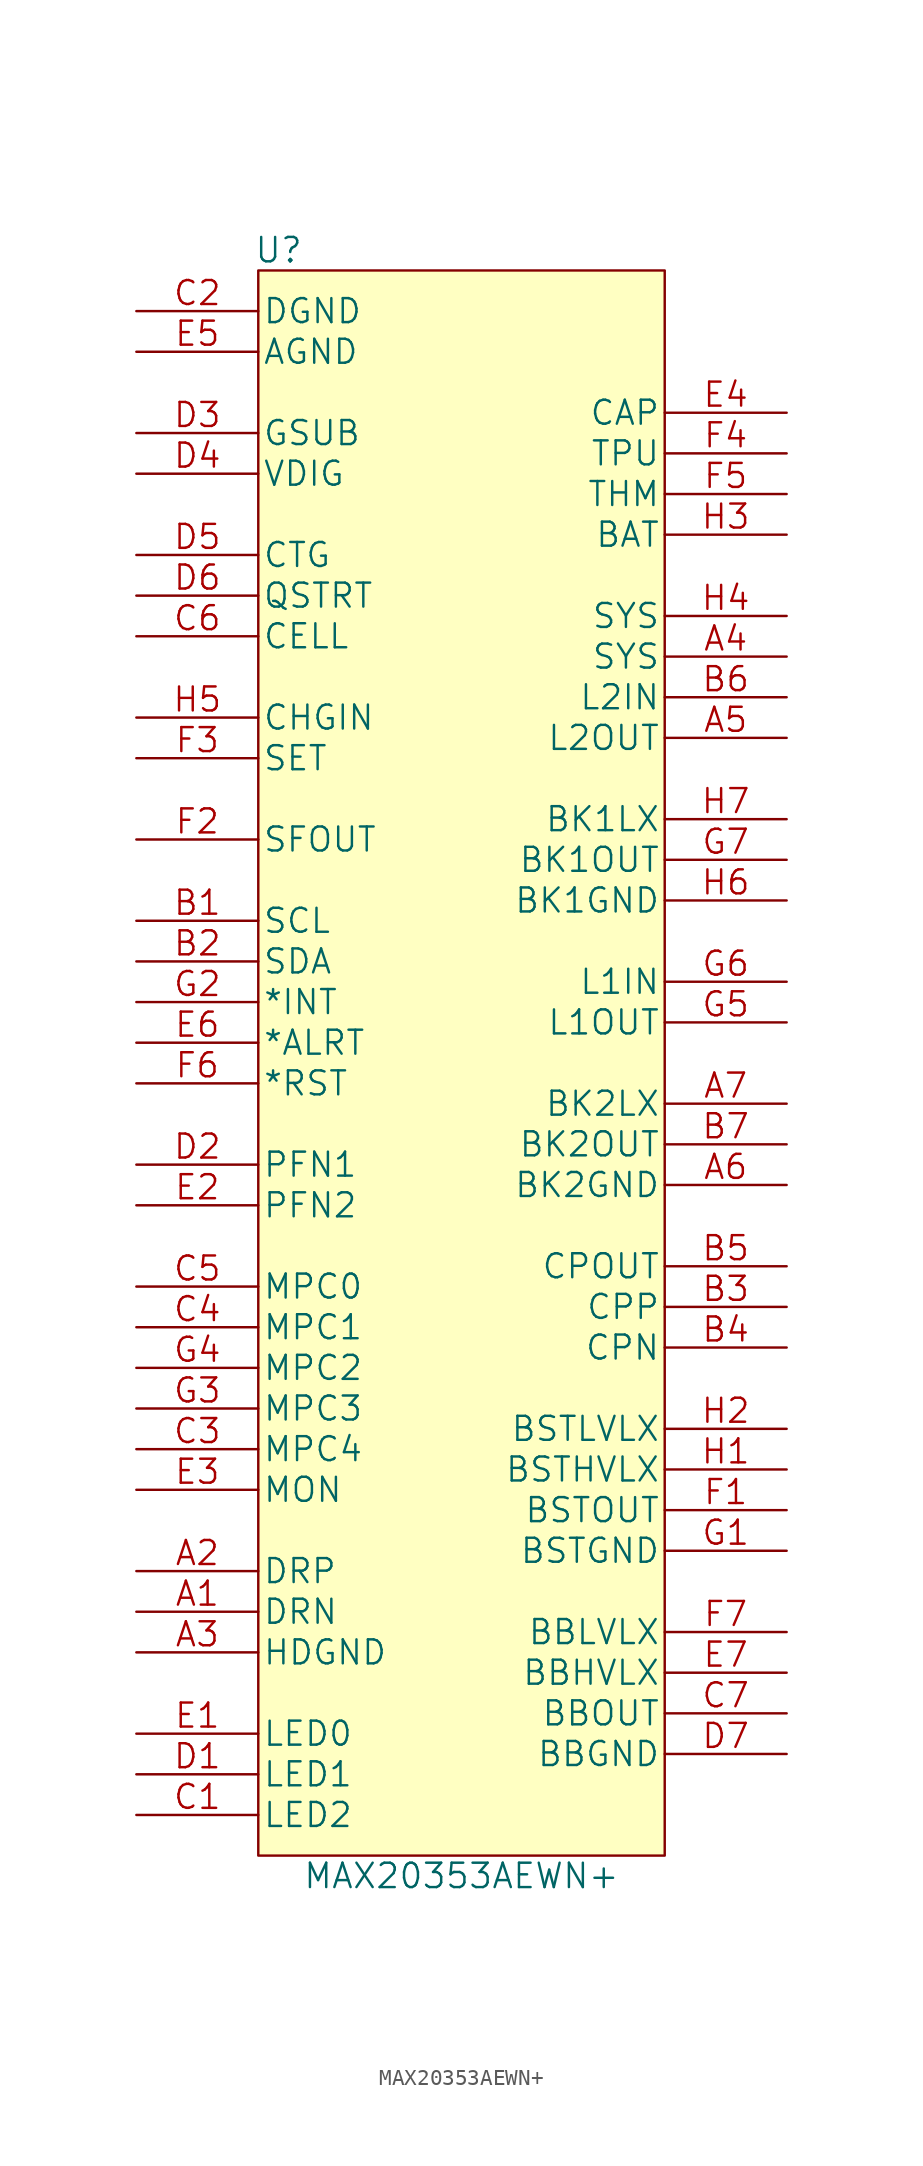
<source format=kicad_sym>
(kicad_symbol_lib
  (version 20201005)
  (generator kicad_symbol_editor)
  (symbol "max20353:MAX20353AEWN+"
    (pin_names
      (offset 0.254))
    (property "Reference" "U"
      (at -20.32 36.83 0)
      (effects (font (size 1.524 1.524))))
    (property "Value" "MAX20353AEWN+"
      (at -8.89 -64.77 0)
      (effects (font (size 1.524 1.524))))
    (property "Datasheet" ""
      (at -29.21 -50.8 0)
      (effects (font (size 1.524 1.524))))
    (property "ki_locked" ""
      (at 0 0 0)
      (effects (font (size 1.27 1.27))))
    (symbol "MAX20353AEWN+_1_1"
      (rectangle (start -21.59 35.56) (end 3.81 -63.5) (stroke (width 0.152)) (fill (type background)))
      (pin output line (at -29.21 -48.26 0) (length 7.62) (name "DRN" (effects (font (size 1.499 1.499)))) (number "A1" (effects (font (size 1.499 1.499)))))
      (pin output line (at -29.21 -45.72 0) (length 7.62) (name "DRP" (effects (font (size 1.499 1.499)))) (number "A2" (effects (font (size 1.499 1.499)))))
      (pin power_in line (at -29.21 -50.8 0) (length 7.62) (name "HDGND" (effects (font (size 1.499 1.499)))) (number "A3" (effects (font (size 1.499 1.499)))))
      (pin unspecified line (at 11.43 11.43 180) (length 7.62) (name "SYS" (effects (font (size 1.499 1.499)))) (number "A4" (effects (font (size 1.499 1.499)))))
      (pin output line (at 11.43 6.35 180) (length 7.62) (name "L2OUT" (effects (font (size 1.499 1.499)))) (number "A5" (effects (font (size 1.499 1.499)))))
      (pin power_in line (at 11.43 -21.59 180) (length 7.62) (name "BK2GND" (effects (font (size 1.499 1.499)))) (number "A6" (effects (font (size 1.499 1.499)))))
      (pin unspecified line (at 11.43 -16.51 180) (length 7.62) (name "BK2LX" (effects (font (size 1.499 1.499)))) (number "A7" (effects (font (size 1.499 1.499)))))
      (pin input line (at -29.21 -5.08 0) (length 7.62) (name "SCL" (effects (font (size 1.499 1.499)))) (number "B1" (effects (font (size 1.499 1.499)))))
      (pin bidirectional line (at -29.21 -7.62 0) (length 7.62) (name "SDA" (effects (font (size 1.499 1.499)))) (number "B2" (effects (font (size 1.499 1.499)))))
      (pin unspecified line (at 11.43 -29.21 180) (length 7.62) (name "CPP" (effects (font (size 1.499 1.499)))) (number "B3" (effects (font (size 1.499 1.499)))))
      (pin unspecified line (at 11.43 -31.75 180) (length 7.62) (name "CPN" (effects (font (size 1.499 1.499)))) (number "B4" (effects (font (size 1.499 1.499)))))
      (pin output line (at 11.43 -26.67 180) (length 7.62) (name "CPOUT" (effects (font (size 1.499 1.499)))) (number "B5" (effects (font (size 1.499 1.499)))))
      (pin input line (at 11.43 8.89 180) (length 7.62) (name "L2IN" (effects (font (size 1.499 1.499)))) (number "B6" (effects (font (size 1.499 1.499)))))
      (pin output line (at 11.43 -19.05 180) (length 7.62) (name "BK2OUT" (effects (font (size 1.499 1.499)))) (number "B7" (effects (font (size 1.499 1.499)))))
      (pin output line (at -29.21 -60.96 0) (length 7.62) (name "LED2" (effects (font (size 1.499 1.499)))) (number "C1" (effects (font (size 1.499 1.499)))))
      (pin power_in line (at -29.21 33.02 0) (length 7.62) (name "DGND" (effects (font (size 1.499 1.499)))) (number "C2" (effects (font (size 1.499 1.499)))))
      (pin bidirectional line (at -29.21 -38.1 0) (length 7.62) (name "MPC4" (effects (font (size 1.499 1.499)))) (number "C3" (effects (font (size 1.499 1.499)))))
      (pin bidirectional line (at -29.21 -30.48 0) (length 7.62) (name "MPC1" (effects (font (size 1.499 1.499)))) (number "C4" (effects (font (size 1.499 1.499)))))
      (pin bidirectional line (at -29.21 -27.94 0) (length 7.62) (name "MPC0" (effects (font (size 1.499 1.499)))) (number "C5" (effects (font (size 1.499 1.499)))))
      (pin unspecified line (at -29.21 12.7 0) (length 7.62) (name "CELL" (effects (font (size 1.499 1.499)))) (number "C6" (effects (font (size 1.499 1.499)))))
      (pin output line (at 11.43 -54.61 180) (length 7.62) (name "BBOUT" (effects (font (size 1.499 1.499)))) (number "C7" (effects (font (size 1.499 1.499)))))
      (pin output line (at -29.21 -58.42 0) (length 7.62) (name "LED1" (effects (font (size 1.499 1.499)))) (number "D1" (effects (font (size 1.499 1.499)))))
      (pin unspecified line (at -29.21 -20.32 0) (length 7.62) (name "PFN1" (effects (font (size 1.499 1.499)))) (number "D2" (effects (font (size 1.499 1.499)))))
      (pin unspecified line (at -29.21 25.4 0) (length 7.62) (name "GSUB" (effects (font (size 1.499 1.499)))) (number "D3" (effects (font (size 1.499 1.499)))))
      (pin unspecified line (at -29.21 22.86 0) (length 7.62) (name "VDIG" (effects (font (size 1.499 1.499)))) (number "D4" (effects (font (size 1.499 1.499)))))
      (pin unspecified line (at -29.21 17.78 0) (length 7.62) (name "CTG" (effects (font (size 1.499 1.499)))) (number "D5" (effects (font (size 1.499 1.499)))))
      (pin input line (at -29.21 15.24 0) (length 7.62) (name "QSTRT" (effects (font (size 1.499 1.499)))) (number "D6" (effects (font (size 1.499 1.499)))))
      (pin power_in line (at 11.43 -57.15 180) (length 7.62) (name "BBGND" (effects (font (size 1.499 1.499)))) (number "D7" (effects (font (size 1.499 1.499)))))
      (pin output line (at -29.21 -55.88 0) (length 7.62) (name "LED0" (effects (font (size 1.499 1.499)))) (number "E1" (effects (font (size 1.499 1.499)))))
      (pin unspecified line (at -29.21 -22.86 0) (length 7.62) (name "PFN2" (effects (font (size 1.499 1.499)))) (number "E2" (effects (font (size 1.499 1.499)))))
      (pin output line (at -29.21 -40.64 0) (length 7.62) (name "MON" (effects (font (size 1.499 1.499)))) (number "E3" (effects (font (size 1.499 1.499)))))
      (pin unspecified line (at 11.43 26.67 180) (length 7.62) (name "CAP" (effects (font (size 1.499 1.499)))) (number "E4" (effects (font (size 1.499 1.499)))))
      (pin power_in line (at -29.21 30.48 0) (length 7.62) (name "AGND" (effects (font (size 1.499 1.499)))) (number "E5" (effects (font (size 1.499 1.499)))))
      (pin output line (at -29.21 -12.7 0) (length 7.62) (name "*ALRT" (effects (font (size 1.499 1.499)))) (number "E6" (effects (font (size 1.499 1.499)))))
      (pin unspecified line (at 11.43 -52.07 180) (length 7.62) (name "BBHVLX" (effects (font (size 1.499 1.499)))) (number "E7" (effects (font (size 1.499 1.499)))))
      (pin output line (at 11.43 -41.91 180) (length 7.62) (name "BSTOUT" (effects (font (size 1.499 1.499)))) (number "F1" (effects (font (size 1.499 1.499)))))
      (pin unspecified line (at -29.21 0 0) (length 7.62) (name "SFOUT" (effects (font (size 1.499 1.499)))) (number "F2" (effects (font (size 1.499 1.499)))))
      (pin unspecified line (at -29.21 5.08 0) (length 7.62) (name "SET" (effects (font (size 1.499 1.499)))) (number "F3" (effects (font (size 1.499 1.499)))))
      (pin unspecified line (at 11.43 24.13 180) (length 7.62) (name "TPU" (effects (font (size 1.499 1.499)))) (number "F4" (effects (font (size 1.499 1.499)))))
      (pin unspecified line (at 11.43 21.59 180) (length 7.62) (name "THM" (effects (font (size 1.499 1.499)))) (number "F5" (effects (font (size 1.499 1.499)))))
      (pin output line (at -29.21 -15.24 0) (length 7.62) (name "*RST" (effects (font (size 1.499 1.499)))) (number "F6" (effects (font (size 1.499 1.499)))))
      (pin unspecified line (at 11.43 -49.53 180) (length 7.62) (name "BBLVLX" (effects (font (size 1.499 1.499)))) (number "F7" (effects (font (size 1.499 1.499)))))
      (pin power_in line (at 11.43 -44.45 180) (length 7.62) (name "BSTGND" (effects (font (size 1.499 1.499)))) (number "G1" (effects (font (size 1.499 1.499)))))
      (pin output line (at -29.21 -10.16 0) (length 7.62) (name "*INT" (effects (font (size 1.499 1.499)))) (number "G2" (effects (font (size 1.499 1.499)))))
      (pin bidirectional line (at -29.21 -35.56 0) (length 7.62) (name "MPC3" (effects (font (size 1.499 1.499)))) (number "G3" (effects (font (size 1.499 1.499)))))
      (pin bidirectional line (at -29.21 -33.02 0) (length 7.62) (name "MPC2" (effects (font (size 1.499 1.499)))) (number "G4" (effects (font (size 1.499 1.499)))))
      (pin output line (at 11.43 -11.43 180) (length 7.62) (name "L1OUT" (effects (font (size 1.499 1.499)))) (number "G5" (effects (font (size 1.499 1.499)))))
      (pin input line (at 11.43 -8.89 180) (length 7.62) (name "L1IN" (effects (font (size 1.499 1.499)))) (number "G6" (effects (font (size 1.499 1.499)))))
      (pin output line (at 11.43 -1.27 180) (length 7.62) (name "BK1OUT" (effects (font (size 1.499 1.499)))) (number "G7" (effects (font (size 1.499 1.499)))))
      (pin unspecified line (at 11.43 -39.37 180) (length 7.62) (name "BSTHVLX" (effects (font (size 1.499 1.499)))) (number "H1" (effects (font (size 1.499 1.499)))))
      (pin unspecified line (at 11.43 -36.83 180) (length 7.62) (name "BSTLVLX" (effects (font (size 1.499 1.499)))) (number "H2" (effects (font (size 1.499 1.499)))))
      (pin unspecified line (at 11.43 19.05 180) (length 7.62) (name "BAT" (effects (font (size 1.499 1.499)))) (number "H3" (effects (font (size 1.499 1.499)))))
      (pin unspecified line (at 11.43 13.97 180) (length 7.62) (name "SYS" (effects (font (size 1.499 1.499)))) (number "H4" (effects (font (size 1.499 1.499)))))
      (pin input line (at -29.21 7.62 0) (length 7.62) (name "CHGIN" (effects (font (size 1.499 1.499)))) (number "H5" (effects (font (size 1.499 1.499)))))
      (pin power_in line (at 11.43 -3.81 180) (length 7.62) (name "BK1GND" (effects (font (size 1.499 1.499)))) (number "H6" (effects (font (size 1.499 1.499)))))
      (pin unspecified line (at 11.43 1.27 180) (length 7.62) (name "BK1LX" (effects (font (size 1.499 1.499)))) (number "H7" (effects (font (size 1.499 1.499))))))))
</source>
